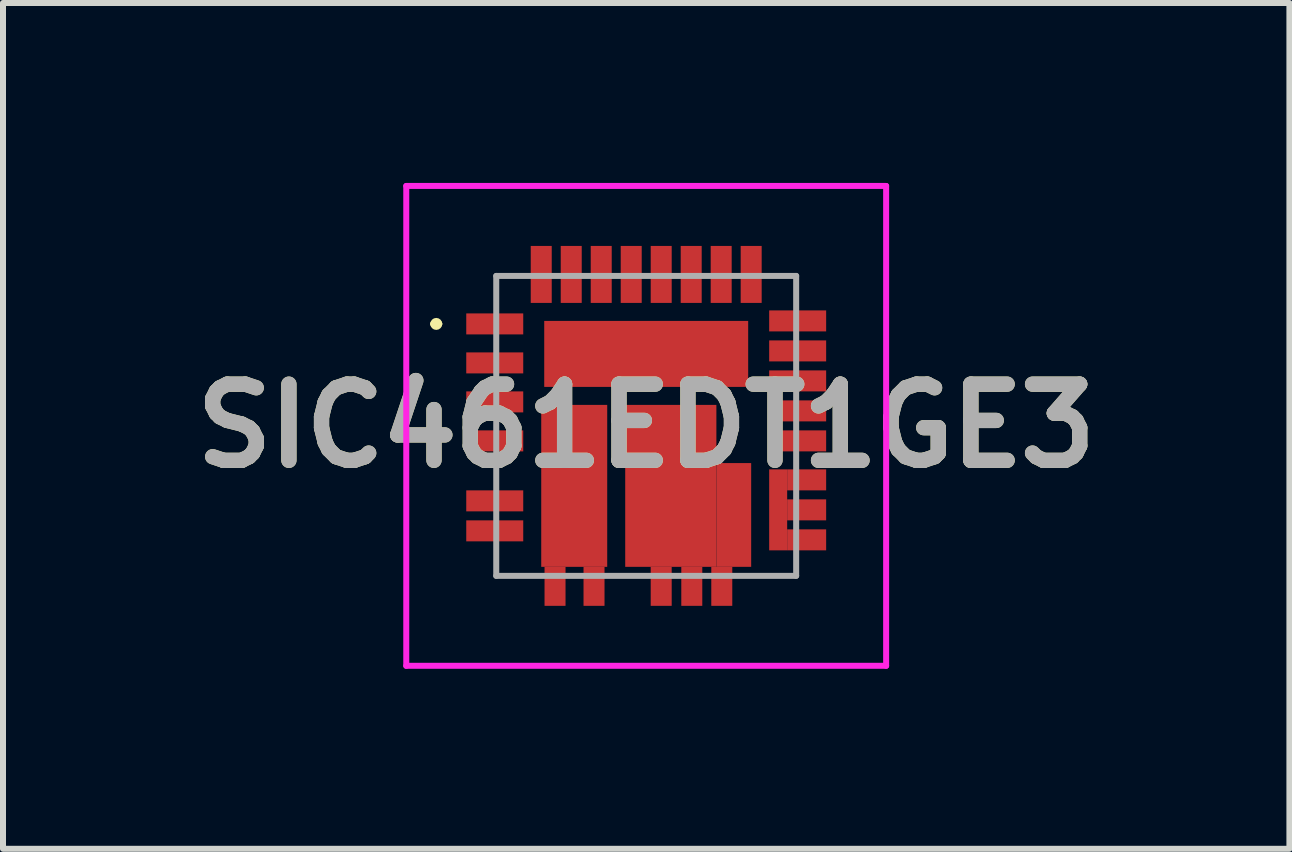
<source format=kicad_pcb>
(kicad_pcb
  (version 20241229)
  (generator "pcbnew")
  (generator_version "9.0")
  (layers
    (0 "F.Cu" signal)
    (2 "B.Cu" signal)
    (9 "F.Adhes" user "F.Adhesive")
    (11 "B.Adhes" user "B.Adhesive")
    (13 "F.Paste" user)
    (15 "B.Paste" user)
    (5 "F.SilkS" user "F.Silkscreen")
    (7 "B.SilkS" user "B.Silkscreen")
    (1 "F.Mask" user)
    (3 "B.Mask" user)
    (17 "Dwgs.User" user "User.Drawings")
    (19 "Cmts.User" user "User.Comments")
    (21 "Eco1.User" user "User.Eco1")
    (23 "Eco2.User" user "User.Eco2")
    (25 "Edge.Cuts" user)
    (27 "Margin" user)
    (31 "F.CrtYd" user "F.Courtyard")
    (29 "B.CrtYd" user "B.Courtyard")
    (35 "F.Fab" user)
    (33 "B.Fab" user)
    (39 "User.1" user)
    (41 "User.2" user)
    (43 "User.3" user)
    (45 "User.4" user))
  (footprint "SIC461EDT1GE3"
    (layer "F.Cu")
    (at 7.723 4.05)
    (property "Reference" "SIC461EDT1GE3" (at 0 0 0) (layer "F.SilkS") (effects (font (size 1.27 1.27) (thickness 0.254))))
    (attr smd)
    (fp_line (start -3.55 -1.7) (end -3.55 -1.7) (stroke (width 0.1) (type solid)) (layer "F.SilkS"))
    (fp_line (start -3.45 -1.7) (end -3.45 -1.7) (stroke (width 0.1) (type solid)) (layer "F.SilkS"))
    (fp_arc (start -3.55 -1.7) (mid -3.5 -1.75) (end -3.45 -1.7) (stroke (width 0.1) (type solid)) (layer "F.SilkS"))
    (fp_arc (start -3.45 -1.7) (mid -3.5 -1.65) (end -3.55 -1.7) (stroke (width 0.1) (type solid)) (layer "F.SilkS"))
    (fp_line (start -4 -4) (end 4 -4) (stroke (width 0.1) (type solid)) (layer "F.CrtYd"))
    (fp_line (start -4 4) (end -4 -4) (stroke (width 0.1) (type solid)) (layer "F.CrtYd"))
    (fp_line (start 4 -4) (end 4 4) (stroke (width 0.1) (type solid)) (layer "F.CrtYd"))
    (fp_line (start 4 4) (end -4 4) (stroke (width 0.1) (type solid)) (layer "F.CrtYd"))
    (fp_line (start -2.5 -2.5) (end 2.5 -2.5) (stroke (width 0.1) (type solid)) (layer "F.Fab"))
    (fp_line (start -2.5 2.5) (end -2.5 -2.5) (stroke (width 0.1) (type solid)) (layer "F.Fab"))
    (fp_line (start 2.5 -2.5) (end 2.5 2.5) (stroke (width 0.1) (type solid)) (layer "F.Fab"))
    (fp_line (start 2.5 2.5) (end -2.5 2.5) (stroke (width 0.1) (type solid)) (layer "F.Fab"))
    (fp_text user "${REFERENCE}" (at 0 0 0) (layer "F.Fab") (effects (font (size 1.27 1.27) (thickness 0.254))))
    (pad "1" smd rect (at -2.525 -1.7 90) (size 0.35 0.95) (layers "F.Cu" "F.Mask" "F.Paste"))
    (pad "2" smd rect (at -2.525 -1.05 90) (size 0.35 0.95) (layers "F.Cu" "F.Mask" "F.Paste"))
    (pad "3" smd rect (at -2.525 -0.4 90) (size 0.35 0.95) (layers "F.Cu" "F.Mask" "F.Paste"))
    (pad "4" smd rect (at -2.525 0.25 90) (size 0.35 0.95) (layers "F.Cu" "F.Mask" "F.Paste"))
    (pad "5" smd rect (at -2.525 1.25 90) (size 0.35 0.95) (layers "F.Cu" "F.Mask" "F.Paste"))
    (pad "6" smd rect (at -2.525 1.75 90) (size 0.35 0.95) (layers "F.Cu" "F.Mask" "F.Paste"))
    (pad "7" smd rect (at -1.52 2.675) (size 0.35 0.65) (layers "F.Cu" "F.Mask" "F.Paste"))
    (pad "8" smd rect (at -0.87 2.675) (size 0.35 0.65) (layers "F.Cu" "F.Mask" "F.Paste"))
    (pad "9" smd rect (at 0.25 2.675) (size 0.35 0.65) (layers "F.Cu" "F.Mask" "F.Paste"))
    (pad "10" smd rect (at 0.76 2.675) (size 0.35 0.65) (layers "F.Cu" "F.Mask" "F.Paste"))
    (pad "11" smd rect (at 1.26 2.675) (size 0.35 0.65) (layers "F.Cu" "F.Mask" "F.Paste"))
    (pad "12" smd rect (at 2.675 1.9 90) (size 0.35 0.65) (layers "F.Cu" "F.Mask" "F.Paste"))
    (pad "13" smd rect (at 2.675 1.4 90) (size 0.35 0.65) (layers "F.Cu" "F.Mask" "F.Paste"))
    (pad "14" smd rect (at 2.675 0.9 90) (size 0.35 0.65) (layers "F.Cu" "F.Mask" "F.Paste"))
    (pad "15" smd rect (at 2.525 0.25 90) (size 0.35 0.95) (layers "F.Cu" "F.Mask" "F.Paste"))
    (pad "16" smd rect (at 2.525 -0.25 90) (size 0.35 0.95) (layers "F.Cu" "F.Mask" "F.Paste"))
    (pad "17" smd rect (at 2.525 -0.75 90) (size 0.35 0.95) (layers "F.Cu" "F.Mask" "F.Paste"))
    (pad "18" smd rect (at 2.525 -1.25 90) (size 0.35 0.95) (layers "F.Cu" "F.Mask" "F.Paste"))
    (pad "19" smd rect (at 2.525 -1.75 90) (size 0.35 0.95) (layers "F.Cu" "F.Mask" "F.Paste"))
    (pad "20" smd rect (at 1.75 -2.525) (size 0.35 0.95) (layers "F.Cu" "F.Mask" "F.Paste"))
    (pad "21" smd rect (at 1.25 -2.525) (size 0.35 0.95) (layers "F.Cu" "F.Mask" "F.Paste"))
    (pad "22" smd rect (at 0.75 -2.525) (size 0.35 0.95) (layers "F.Cu" "F.Mask" "F.Paste"))
    (pad "23" smd rect (at 0.25 -2.525) (size 0.35 0.95) (layers "F.Cu" "F.Mask" "F.Paste"))
    (pad "24" smd rect (at -0.25 -2.525) (size 0.35 0.95) (layers "F.Cu" "F.Mask" "F.Paste"))
    (pad "25" smd rect (at -0.75 -2.525) (size 0.35 0.95) (layers "F.Cu" "F.Mask" "F.Paste"))
    (pad "26" smd rect (at -1.25 -2.525) (size 0.35 0.95) (layers "F.Cu" "F.Mask" "F.Paste"))
    (pad "27" smd rect (at -1.75 -2.525) (size 0.35 0.95) (layers "F.Cu" "F.Mask" "F.Paste"))
    (pad "28" smd rect (at 0 -1.2 90) (size 1.1 3.4) (layers "F.Cu" "F.Mask" "F.Paste"))
    (pad "29" smd rect (at -1.2 1) (size 1.1 2.7) (layers "F.Cu" "F.Mask" "F.Paste"))
    (pad "30" smd rect (at 0.41 1) (size 1.52 2.7) (layers "F.Cu" "F.Mask" "F.Paste"))
    (pad "31" smd rect (at 1.46 1.485) (size 0.58 1.73) (layers "F.Cu" "F.Mask" "F.Paste"))
    (pad "32" smd rect (at 2.2 1.4) (size 0.3 1.35) (layers "F.Cu" "F.Mask" "F.Paste")))
  (gr_rect
    (start -3 -3)
    (end 18.446 11.1)
    (stroke (width 0.1) (type default))
    (fill no)
    (layer "Edge.Cuts")))
</source>
